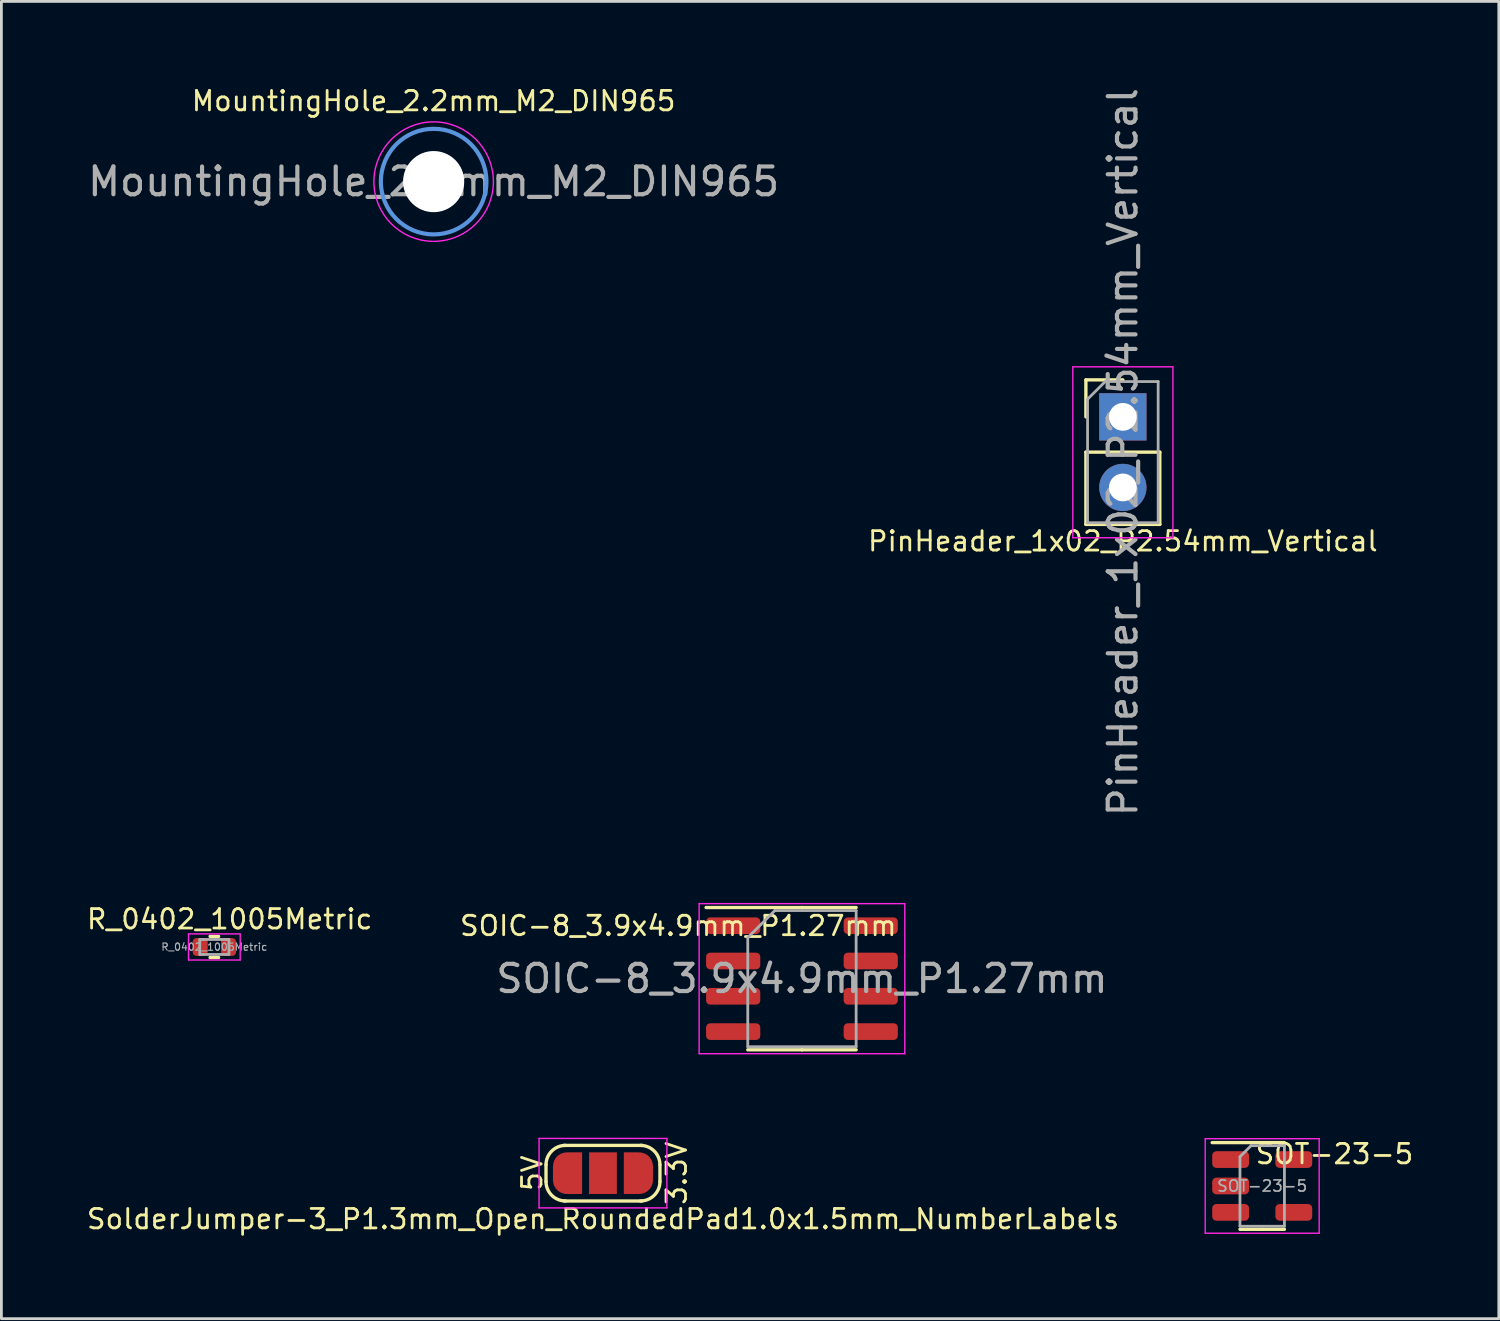
<source format=kicad_pcb>
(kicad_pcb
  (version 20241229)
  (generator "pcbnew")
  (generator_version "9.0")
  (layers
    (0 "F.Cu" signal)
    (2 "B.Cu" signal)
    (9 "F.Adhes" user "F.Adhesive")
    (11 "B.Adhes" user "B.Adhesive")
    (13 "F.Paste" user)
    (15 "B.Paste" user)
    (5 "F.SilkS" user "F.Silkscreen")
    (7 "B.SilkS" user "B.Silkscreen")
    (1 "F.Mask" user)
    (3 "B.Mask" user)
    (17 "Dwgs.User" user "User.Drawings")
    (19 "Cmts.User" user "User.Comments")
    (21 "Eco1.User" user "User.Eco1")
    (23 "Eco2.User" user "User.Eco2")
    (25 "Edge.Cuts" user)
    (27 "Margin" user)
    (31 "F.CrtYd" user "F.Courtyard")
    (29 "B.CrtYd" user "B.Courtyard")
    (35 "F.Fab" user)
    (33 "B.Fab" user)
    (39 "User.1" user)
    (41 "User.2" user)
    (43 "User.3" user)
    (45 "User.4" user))
  (footprint "PinHeader_1x02_P2.54mm_Vertical"
    (layer "F.Cu")
    (at 37.354 11.95)
    (property "Reference" "PinHeader_1x02_P2.54mm_Vertical" (at 0 4.475 0) (unlocked yes) (layer "F.SilkS") (effects (font (size 0.7 0.7) (thickness 0.1))))
    (attr through_hole)
    (fp_line (start -1.33 -1.33) (end 0 -1.33) (stroke (width 0.12) (type solid)) (layer "F.SilkS"))
    (fp_line (start -1.33 0) (end -1.33 -1.33) (stroke (width 0.12) (type solid)) (layer "F.SilkS"))
    (fp_line (start -1.33 1.27) (end -1.33 3.87) (stroke (width 0.12) (type solid)) (layer "F.SilkS"))
    (fp_line (start -1.33 1.27) (end 1.33 1.27) (stroke (width 0.12) (type solid)) (layer "F.SilkS"))
    (fp_line (start -1.33 3.87) (end 1.33 3.87) (stroke (width 0.12) (type solid)) (layer "F.SilkS"))
    (fp_line (start 1.33 1.27) (end 1.33 3.87) (stroke (width 0.12) (type solid)) (layer "F.SilkS"))
    (fp_line (start -1.8 -1.8) (end -1.8 4.35) (stroke (width 0.05) (type solid)) (layer "F.CrtYd"))
    (fp_line (start -1.8 4.35) (end 1.8 4.35) (stroke (width 0.05) (type solid)) (layer "F.CrtYd"))
    (fp_line (start 1.8 -1.8) (end -1.8 -1.8) (stroke (width 0.05) (type solid)) (layer "F.CrtYd"))
    (fp_line (start 1.8 4.35) (end 1.8 -1.8) (stroke (width 0.05) (type solid)) (layer "F.CrtYd"))
    (fp_line (start -1.27 -0.635) (end -0.635 -1.27) (stroke (width 0.1) (type solid)) (layer "F.Fab"))
    (fp_line (start -1.27 3.81) (end -1.27 -0.635) (stroke (width 0.1) (type solid)) (layer "F.Fab"))
    (fp_line (start -0.635 -1.27) (end 1.27 -1.27) (stroke (width 0.1) (type solid)) (layer "F.Fab"))
    (fp_line (start 1.27 -1.27) (end 1.27 3.81) (stroke (width 0.1) (type solid)) (layer "F.Fab"))
    (fp_line (start 1.27 3.81) (end -1.27 3.81) (stroke (width 0.1) (type solid)) (layer "F.Fab"))
    (fp_text user "${REFERENCE}" (at 0 1.27 90) (layer "F.Fab") (effects (font (size 1 1) (thickness 0.15))))
    (pad "1" thru_hole rect (at 0 0) (size 1.7 1.7) (drill 1) (layers "*.Cu" "*.Mask"))
    (pad "2" thru_hole oval (at 0 2.54) (size 1.7 1.7) (drill 1) (layers "*.Cu" "*.Mask")))
  (footprint "SolderJumper-3_P1.3mm_Open_RoundedPad1.0x1.5mm_NumberLabels"
    (layer "F.Cu")
    (at 18.647 39.165)
    (property "Reference" "SolderJumper-3_P1.3mm_Open_RoundedPad1.0x1.5mm_NumberLabels" (at 0 1.65 0) (unlocked yes) (layer "F.SilkS") (effects (font (size 0.7 0.7) (thickness 0.1))))
    (attr exclude_from_pos_files exclude_from_bom)
    (fp_line (start -2.05 0.3) (end -2.05 -0.3) (stroke (width 0.12) (type solid)) (layer "F.SilkS"))
    (fp_line (start -1.4 -1) (end 1.4 -1) (stroke (width 0.12) (type solid)) (layer "F.SilkS"))
    (fp_line (start 1.4 1) (end -1.4 1) (stroke (width 0.12) (type solid)) (layer "F.SilkS"))
    (fp_line (start 2.05 -0.3) (end 2.05 0.3) (stroke (width 0.12) (type solid)) (layer "F.SilkS"))
    (fp_arc (start -2.05 -0.3) (mid -1.844975 -0.794975) (end -1.35 -1) (stroke (width 0.12) (type solid)) (layer "F.SilkS"))
    (fp_arc (start -1.35 1) (mid -1.844975 0.794975) (end -2.05 0.3) (stroke (width 0.12) (type solid)) (layer "F.SilkS"))
    (fp_arc (start 1.35 -1) (mid 1.844975 -0.794975) (end 2.05 -0.3) (stroke (width 0.12) (type solid)) (layer "F.SilkS"))
    (fp_arc (start 2.05 0.3) (mid 1.844975 0.794975) (end 1.35 1) (stroke (width 0.12) (type solid)) (layer "F.SilkS"))
    (fp_line (start -2.3 -1.25) (end -2.3 1.25) (stroke (width 0.05) (type solid)) (layer "F.CrtYd"))
    (fp_line (start -2.3 -1.25) (end 2.3 -1.25) (stroke (width 0.05) (type solid)) (layer "F.CrtYd"))
    (fp_line (start 2.3 1.25) (end -2.3 1.25) (stroke (width 0.05) (type solid)) (layer "F.CrtYd"))
    (fp_line (start 2.3 1.25) (end 2.3 -1.25) (stroke (width 0.05) (type solid)) (layer "F.CrtYd"))
    (fp_text user "5V" (at -2.55 0 90) (layer "F.SilkS") (effects (font (size 0.7 0.7) (thickness 0.1))))
    (fp_text user "3.3V" (at 2.65 0 90) (layer "F.SilkS") (effects (font (size 0.7 0.7) (thickness 0.1))))
    (pad "1" smd custom (at -1.3 0) (size 1 0.5) (layers "F.Cu" "F.Mask") (options (anchor rect)) (primitives (gr_circle (center 0 0.25) (end 0.5 0.25) (width 0) (fill yes)) (gr_circle (center 0 -0.25) (end 0.5 -0.25) (width 0) (fill yes)) (gr_poly (pts (xy 0.55 0.75) (xy 0 0.75) (xy 0 -0.75) (xy 0.55 -0.75)) (width 0) (fill yes))))
    (pad "2" smd rect (at 0 0) (size 1 1.5) (layers "F.Cu" "F.Mask"))
    (pad "3" smd custom (at 1.3 0) (size 1 0.5) (layers "F.Cu" "F.Mask") (options (anchor rect)) (primitives (gr_circle (center 0 0.25) (end 0.5 0.25) (width 0) (fill yes)) (gr_circle (center 0 -0.25) (end 0.5 -0.25) (width 0) (fill yes)) (gr_poly (pts (xy 0 0.75) (xy -0.55 0.75) (xy -0.55 -0.75) (xy 0 -0.75)) (width 0) (fill yes)))))
  (footprint "R_0402_1005Metric"
    (layer "F.Cu")
    (at 4.663 31.025)
    (property "Reference" "R_0402_1005Metric" (at 0.55 -1 0) (unlocked yes) (layer "F.SilkS") (effects (font (size 0.7 0.7) (thickness 0.1))))
    (attr smd)
    (fp_line (start -0.154 -0.38) (end 0.154 -0.38) (stroke (width 0.12) (type solid)) (layer "F.SilkS"))
    (fp_line (start -0.154 0.38) (end 0.154 0.38) (stroke (width 0.12) (type solid)) (layer "F.SilkS"))
    (fp_line (start -0.93 -0.47) (end 0.93 -0.47) (stroke (width 0.05) (type solid)) (layer "F.CrtYd"))
    (fp_line (start -0.93 0.47) (end -0.93 -0.47) (stroke (width 0.05) (type solid)) (layer "F.CrtYd"))
    (fp_line (start 0.93 -0.47) (end 0.93 0.47) (stroke (width 0.05) (type solid)) (layer "F.CrtYd"))
    (fp_line (start 0.93 0.47) (end -0.93 0.47) (stroke (width 0.05) (type solid)) (layer "F.CrtYd"))
    (fp_line (start -0.525 -0.27) (end 0.525 -0.27) (stroke (width 0.1) (type solid)) (layer "F.Fab"))
    (fp_line (start -0.525 0.27) (end -0.525 -0.27) (stroke (width 0.1) (type solid)) (layer "F.Fab"))
    (fp_line (start 0.525 -0.27) (end 0.525 0.27) (stroke (width 0.1) (type solid)) (layer "F.Fab"))
    (fp_line (start 0.525 0.27) (end -0.525 0.27) (stroke (width 0.1) (type solid)) (layer "F.Fab"))
    (fp_text user "${REFERENCE}" (at 0 0 0) (layer "F.Fab") (effects (font (size 0.26 0.26) (thickness 0.04))))
    (pad "1" smd roundrect (at -0.51 0) (size 0.54 0.64) (layers "F.Cu" "F.Mask" "F.Paste") (roundrect_rratio 0.25))
    (pad "2" smd roundrect (at 0.51 0) (size 0.54 0.64) (layers "F.Cu" "F.Mask" "F.Paste") (roundrect_rratio 0.25)))
  (footprint "SOT-23-5"
    (layer "F.Cu")
    (at 42.368 39.625)
    (property "Reference" "SOT-23-5" (at 2.6 -1.15 0) (unlocked yes) (layer "F.SilkS") (effects (font (size 0.7 0.7) (thickness 0.1))))
    (attr smd)
    (fp_line (start 0 -1.56) (end -1.8 -1.56) (stroke (width 0.12) (type solid)) (layer "F.SilkS"))
    (fp_line (start 0 -1.56) (end 0.8 -1.56) (stroke (width 0.12) (type solid)) (layer "F.SilkS"))
    (fp_line (start 0 1.56) (end -0.8 1.56) (stroke (width 0.12) (type solid)) (layer "F.SilkS"))
    (fp_line (start 0 1.56) (end 0.8 1.56) (stroke (width 0.12) (type solid)) (layer "F.SilkS"))
    (fp_line (start -2.05 -1.7) (end -2.05 1.7) (stroke (width 0.05) (type solid)) (layer "F.CrtYd"))
    (fp_line (start -2.05 1.7) (end 2.05 1.7) (stroke (width 0.05) (type solid)) (layer "F.CrtYd"))
    (fp_line (start 2.05 -1.7) (end -2.05 -1.7) (stroke (width 0.05) (type solid)) (layer "F.CrtYd"))
    (fp_line (start 2.05 1.7) (end 2.05 -1.7) (stroke (width 0.05) (type solid)) (layer "F.CrtYd"))
    (fp_line (start -0.8 -1.05) (end -0.4 -1.45) (stroke (width 0.1) (type solid)) (layer "F.Fab"))
    (fp_line (start -0.8 1.45) (end -0.8 -1.05) (stroke (width 0.1) (type solid)) (layer "F.Fab"))
    (fp_line (start -0.4 -1.45) (end 0.8 -1.45) (stroke (width 0.1) (type solid)) (layer "F.Fab"))
    (fp_line (start 0.8 -1.45) (end 0.8 1.45) (stroke (width 0.1) (type solid)) (layer "F.Fab"))
    (fp_line (start 0.8 1.45) (end -0.8 1.45) (stroke (width 0.1) (type solid)) (layer "F.Fab"))
    (fp_text user "${REFERENCE}" (at 0 0 0) (layer "F.Fab") (effects (font (size 0.4 0.4) (thickness 0.06))))
    (pad "1" smd roundrect (at -1.137 -0.95) (size 1.325 0.6) (layers "F.Cu" "F.Mask" "F.Paste") (roundrect_rratio 0.25))
    (pad "2" smd roundrect (at -1.137 0) (size 1.325 0.6) (layers "F.Cu" "F.Mask" "F.Paste") (roundrect_rratio 0.25))
    (pad "3" smd roundrect (at -1.137 0.95) (size 1.325 0.6) (layers "F.Cu" "F.Mask" "F.Paste") (roundrect_rratio 0.25))
    (pad "4" smd roundrect (at 1.137 0.95) (size 1.325 0.6) (layers "F.Cu" "F.Mask" "F.Paste") (roundrect_rratio 0.25))
    (pad "5" smd roundrect (at 1.137 -0.95) (size 1.325 0.6) (layers "F.Cu" "F.Mask" "F.Paste") (roundrect_rratio 0.25)))
  (footprint "SOIC-8_3.9x4.9mm_P1.27mm"
    (layer "F.Cu")
    (at 25.807 32.165)
    (property "Reference" "SOIC-8_3.9x4.9mm_P1.27mm" (at -4.45 -1.9 0) (unlocked yes) (layer "F.SilkS") (effects (font (size 0.7 0.7) (thickness 0.1))))
    (attr smd)
    (fp_line (start 0 -2.56) (end -3.45 -2.56) (stroke (width 0.12) (type solid)) (layer "F.SilkS"))
    (fp_line (start 0 -2.56) (end 1.95 -2.56) (stroke (width 0.12) (type solid)) (layer "F.SilkS"))
    (fp_line (start 0 2.56) (end -1.95 2.56) (stroke (width 0.12) (type solid)) (layer "F.SilkS"))
    (fp_line (start 0 2.56) (end 1.95 2.56) (stroke (width 0.12) (type solid)) (layer "F.SilkS"))
    (fp_line (start -3.7 -2.7) (end -3.7 2.7) (stroke (width 0.05) (type solid)) (layer "F.CrtYd"))
    (fp_line (start -3.7 2.7) (end 3.7 2.7) (stroke (width 0.05) (type solid)) (layer "F.CrtYd"))
    (fp_line (start 3.7 -2.7) (end -3.7 -2.7) (stroke (width 0.05) (type solid)) (layer "F.CrtYd"))
    (fp_line (start 3.7 2.7) (end 3.7 -2.7) (stroke (width 0.05) (type solid)) (layer "F.CrtYd"))
    (fp_line (start -1.95 -1.475) (end -0.975 -2.45) (stroke (width 0.1) (type solid)) (layer "F.Fab"))
    (fp_line (start -1.95 2.45) (end -1.95 -1.475) (stroke (width 0.1) (type solid)) (layer "F.Fab"))
    (fp_line (start -0.975 -2.45) (end 1.95 -2.45) (stroke (width 0.1) (type solid)) (layer "F.Fab"))
    (fp_line (start 1.95 -2.45) (end 1.95 2.45) (stroke (width 0.1) (type solid)) (layer "F.Fab"))
    (fp_line (start 1.95 2.45) (end -1.95 2.45) (stroke (width 0.1) (type solid)) (layer "F.Fab"))
    (fp_text user "${REFERENCE}" (at 0 0 0) (layer "F.Fab") (effects (font (size 0.98 0.98) (thickness 0.15))))
    (pad "1" smd roundrect (at -2.475 -1.905) (size 1.95 0.6) (layers "F.Cu" "F.Mask" "F.Paste") (roundrect_rratio 0.25))
    (pad "2" smd roundrect (at -2.475 -0.635) (size 1.95 0.6) (layers "F.Cu" "F.Mask" "F.Paste") (roundrect_rratio 0.25))
    (pad "3" smd roundrect (at -2.475 0.635) (size 1.95 0.6) (layers "F.Cu" "F.Mask" "F.Paste") (roundrect_rratio 0.25))
    (pad "4" smd roundrect (at -2.475 1.905) (size 1.95 0.6) (layers "F.Cu" "F.Mask" "F.Paste") (roundrect_rratio 0.25))
    (pad "5" smd roundrect (at 2.475 1.905) (size 1.95 0.6) (layers "F.Cu" "F.Mask" "F.Paste") (roundrect_rratio 0.25))
    (pad "6" smd roundrect (at 2.475 0.635) (size 1.95 0.6) (layers "F.Cu" "F.Mask" "F.Paste") (roundrect_rratio 0.25))
    (pad "7" smd roundrect (at 2.475 -0.635) (size 1.95 0.6) (layers "F.Cu" "F.Mask" "F.Paste") (roundrect_rratio 0.25))
    (pad "8" smd roundrect (at 2.475 -1.905) (size 1.95 0.6) (layers "F.Cu" "F.Mask" "F.Paste") (roundrect_rratio 0.25)))
  (footprint "MountingHole_2.2mm_M2_DIN965"
    (layer "F.Cu")
    (at 12.554 3.485)
    (property "Reference" "MountingHole_2.2mm_M2_DIN965" (at 0 -2.9 0) (unlocked yes) (layer "F.SilkS") (effects (font (size 0.7 0.7) (thickness 0.1))))
    (attr exclude_from_pos_files exclude_from_bom)
    (fp_circle (center 0 0) (end 1.9 0) (stroke (width 0.15) (type solid)) (fill no) (layer "Cmts.User"))
    (fp_circle (center 0 0) (end 2.15 0) (stroke (width 0.05) (type solid)) (fill no) (layer "F.CrtYd"))
    (fp_text user "${REFERENCE}" (at 0 0 0) (layer "F.Fab") (effects (font (size 1 1) (thickness 0.15))))
    (pad "" np_thru_hole circle (at 0 0) (size 2.2 2.2) (drill 2.2) (layers "*.Cu" "*.Mask")))
  (gr_rect
    (start -3 -3)
    (end 50.882 44.4)
    (stroke (width 0.1) (type default))
    (fill no)
    (layer "Edge.Cuts")))
</source>
